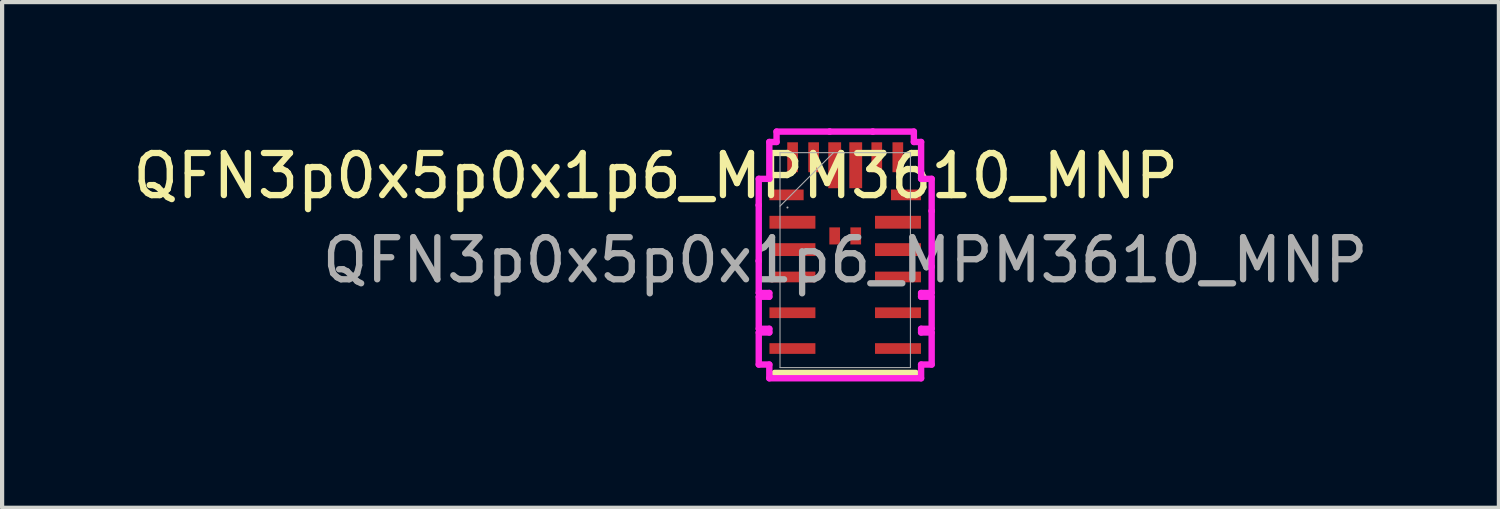
<source format=kicad_pcb>
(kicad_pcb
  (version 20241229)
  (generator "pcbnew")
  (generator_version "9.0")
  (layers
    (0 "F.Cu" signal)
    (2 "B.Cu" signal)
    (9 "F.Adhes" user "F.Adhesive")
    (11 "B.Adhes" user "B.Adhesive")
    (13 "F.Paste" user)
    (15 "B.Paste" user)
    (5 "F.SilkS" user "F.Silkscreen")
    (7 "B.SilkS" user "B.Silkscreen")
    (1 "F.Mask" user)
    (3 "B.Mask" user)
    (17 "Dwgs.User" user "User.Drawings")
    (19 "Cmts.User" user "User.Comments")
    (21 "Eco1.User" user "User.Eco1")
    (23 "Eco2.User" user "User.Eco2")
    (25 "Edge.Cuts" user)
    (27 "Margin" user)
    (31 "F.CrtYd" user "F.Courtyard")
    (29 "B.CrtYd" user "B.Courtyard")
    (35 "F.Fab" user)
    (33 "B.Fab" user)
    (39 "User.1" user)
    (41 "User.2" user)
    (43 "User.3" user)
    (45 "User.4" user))
  (footprint "QFN3p0x5p0x1p6_MPM3610_MNP"
    (layer "F.Cu")
    (at 17.03 3.13)
    (property "Reference" "QFN3p0x5p0x1p6_MPM3610_MNP" (at -4.5 -2 0) (unlocked yes) (layer "F.SilkS") (effects (font (size 1 1) (thickness 0.15))))
    (attr smd)
    (fp_line (start 1.676 2.68) (end -1.676 2.68) (stroke (width 0.152) (type solid)) (layer "F.SilkS"))
    (fp_line (start -2.054 -1.931) (end -2.054 -1.306) (stroke (width 0.152) (type solid)) (layer "F.CrtYd"))
    (fp_line (start -2.054 -1.306) (end -2.054 -1.306) (stroke (width 0.152) (type solid)) (layer "F.CrtYd"))
    (fp_line (start -2.054 -1.306) (end -2.054 0.019) (stroke (width 0.152) (type solid)) (layer "F.CrtYd"))
    (fp_line (start -2.054 0.019) (end -2.054 0.019) (stroke (width 0.152) (type solid)) (layer "F.CrtYd"))
    (fp_line (start -2.054 0.019) (end -2.054 0.781) (stroke (width 0.152) (type solid)) (layer "F.CrtYd"))
    (fp_line (start -2.054 0.781) (end -1.803 0.781) (stroke (width 0.152) (type solid)) (layer "F.CrtYd"))
    (fp_line (start -2.054 0.869) (end -2.054 1.631) (stroke (width 0.152) (type solid)) (layer "F.CrtYd"))
    (fp_line (start -2.054 1.631) (end -1.803 1.631) (stroke (width 0.152) (type solid)) (layer "F.CrtYd"))
    (fp_line (start -2.054 1.719) (end -2.054 2.481) (stroke (width 0.152) (type solid)) (layer "F.CrtYd"))
    (fp_line (start -2.054 2.481) (end -1.803 2.481) (stroke (width 0.152) (type solid)) (layer "F.CrtYd"))
    (fp_line (start -1.803 -2.807) (end -1.803 -1.931) (stroke (width 0.152) (type solid)) (layer "F.CrtYd"))
    (fp_line (start -1.803 -1.931) (end -2.054 -1.931) (stroke (width 0.152) (type solid)) (layer "F.CrtYd"))
    (fp_line (start -1.803 0.781) (end -1.803 0.869) (stroke (width 0.152) (type solid)) (layer "F.CrtYd"))
    (fp_line (start -1.803 0.869) (end -2.054 0.869) (stroke (width 0.152) (type solid)) (layer "F.CrtYd"))
    (fp_line (start -1.803 1.631) (end -1.803 1.719) (stroke (width 0.152) (type solid)) (layer "F.CrtYd"))
    (fp_line (start -1.803 1.719) (end -2.054 1.719) (stroke (width 0.152) (type solid)) (layer "F.CrtYd"))
    (fp_line (start -1.803 2.481) (end -1.803 2.807) (stroke (width 0.152) (type solid)) (layer "F.CrtYd"))
    (fp_line (start -1.803 2.807) (end 1.803 2.807) (stroke (width 0.152) (type solid)) (layer "F.CrtYd"))
    (fp_line (start -1.631 -3.054) (end -1.631 -2.807) (stroke (width 0.152) (type solid)) (layer "F.CrtYd"))
    (fp_line (start -1.631 -2.807) (end -1.803 -2.807) (stroke (width 0.152) (type solid)) (layer "F.CrtYd"))
    (fp_line (start -0.369 -3.054) (end -0.369 -3.054) (stroke (width 0.152) (type solid)) (layer "F.CrtYd"))
    (fp_line (start -0.369 -3.054) (end -1.631 -3.054) (stroke (width 0.152) (type solid)) (layer "F.CrtYd"))
    (fp_line (start 0.656 -3.054) (end -0.369 -3.054) (stroke (width 0.152) (type solid)) (layer "F.CrtYd"))
    (fp_line (start 0.656 -3.054) (end 0.656 -3.054) (stroke (width 0.152) (type solid)) (layer "F.CrtYd"))
    (fp_line (start 1.631 -3.054) (end 0.656 -3.054) (stroke (width 0.152) (type solid)) (layer "F.CrtYd"))
    (fp_line (start 1.631 -2.807) (end 1.631 -3.054) (stroke (width 0.152) (type solid)) (layer "F.CrtYd"))
    (fp_line (start 1.803 -2.807) (end 1.631 -2.807) (stroke (width 0.152) (type solid)) (layer "F.CrtYd"))
    (fp_line (start 1.803 -1.931) (end 1.803 -2.807) (stroke (width 0.152) (type solid)) (layer "F.CrtYd"))
    (fp_line (start 1.803 0.781) (end 2.054 0.781) (stroke (width 0.152) (type solid)) (layer "F.CrtYd"))
    (fp_line (start 1.803 0.869) (end 1.803 0.781) (stroke (width 0.152) (type solid)) (layer "F.CrtYd"))
    (fp_line (start 1.803 1.631) (end 2.054 1.631) (stroke (width 0.152) (type solid)) (layer "F.CrtYd"))
    (fp_line (start 1.803 1.719) (end 1.803 1.631) (stroke (width 0.152) (type solid)) (layer "F.CrtYd"))
    (fp_line (start 1.803 2.481) (end 2.054 2.481) (stroke (width 0.152) (type solid)) (layer "F.CrtYd"))
    (fp_line (start 1.803 2.807) (end 1.803 2.481) (stroke (width 0.152) (type solid)) (layer "F.CrtYd"))
    (fp_line (start 2.054 -1.931) (end 1.803 -1.931) (stroke (width 0.152) (type solid)) (layer "F.CrtYd"))
    (fp_line (start 2.054 -1.169) (end 2.054 -1.931) (stroke (width 0.152) (type solid)) (layer "F.CrtYd"))
    (fp_line (start 2.054 0.156) (end 2.054 0.156) (stroke (width 0.152) (type solid)) (layer "F.CrtYd"))
    (fp_line (start 2.054 0.781) (end 2.054 0.156) (stroke (width 0.152) (type solid)) (layer "F.CrtYd"))
    (fp_line (start 2.054 0.869) (end 1.803 0.869) (stroke (width 0.152) (type solid)) (layer "F.CrtYd"))
    (fp_line (start 2.054 1.631) (end 2.054 0.869) (stroke (width 0.152) (type solid)) (layer "F.CrtYd"))
    (fp_line (start 2.054 1.719) (end 1.803 1.719) (stroke (width 0.152) (type solid)) (layer "F.CrtYd"))
    (fp_line (start 2.054 2.481) (end 2.054 1.719) (stroke (width 0.152) (type solid)) (layer "F.CrtYd"))
    (fp_line (start 2.054 -1.169) (end 2.054 -1.169) (stroke (width 0.152) (type solid)) (layer "F.CrtYd"))
    (fp_line (start 2.054 0.156) (end 2.054 -1.169) (stroke (width 0.152) (type solid)) (layer "F.CrtYd"))
    (fp_line (start -1.549 -2.553) (end -1.549 2.553) (stroke (width 0.025) (type solid)) (layer "F.Fab"))
    (fp_line (start -1.549 -1.283) (end -0.279 -2.553) (stroke (width 0.025) (type solid)) (layer "F.Fab"))
    (fp_line (start -1.549 2.553) (end 1.549 2.553) (stroke (width 0.025) (type solid)) (layer "F.Fab"))
    (fp_line (start 1.549 -2.553) (end -1.549 -2.553) (stroke (width 0.025) (type solid)) (layer "F.Fab"))
    (fp_line (start 1.549 2.553) (end 1.549 -2.553) (stroke (width 0.025) (type solid)) (layer "F.Fab"))
    (fp_circle (center -1.372 -1.25) (end -1.372 -1.25) (stroke (width 0.025) (type solid)) (fill no) (layer "F.Fab"))
    (fp_text user "${REFERENCE}" (at 0 0 0) (unlocked yes) (layer "F.Fab") (effects (font (size 1 1) (thickness 0.15))))
    (pad "1" smd rect (at -1.394 -1.55) (size 0.813 0.254) (layers "F.Cu" "F.Mask" "F.Paste"))
    (pad "2" smd rect (at -1.254 -0.9) (size 1.092 0.305) (layers "F.Cu" "F.Mask" "F.Paste"))
    (pad "3" smd rect (at -1.254 -0.25) (size 1.092 0.305) (layers "F.Cu" "F.Mask" "F.Paste"))
    (pad "4" smd rect (at -1.254 0.4) (size 1.092 0.254) (layers "F.Cu" "F.Mask" "F.Paste"))
    (pad "5" smd rect (at -1.254 1.25) (size 1.092 0.254) (layers "F.Cu" "F.Mask" "F.Paste"))
    (pad "6" smd rect (at -1.254 2.1) (size 1.092 0.254) (layers "F.Cu" "F.Mask" "F.Paste"))
    (pad "7" smd rect (at 1.254 2.1) (size 1.092 0.254) (layers "F.Cu" "F.Mask" "F.Paste"))
    (pad "8" smd rect (at 1.254 1.25) (size 1.092 0.254) (layers "F.Cu" "F.Mask" "F.Paste"))
    (pad "9" smd rect (at 1.254 0.4) (size 1.092 0.254) (layers "F.Cu" "F.Mask" "F.Paste"))
    (pad "10" smd rect (at 1.254 -0.25) (size 1.092 0.305) (layers "F.Cu" "F.Mask" "F.Paste"))
    (pad "11" smd rect (at 1.254 -0.9) (size 1.092 0.305) (layers "F.Cu" "F.Mask" "F.Paste"))
    (pad "12" smd rect (at 1.444 -1.55) (size 0.711 0.254) (layers "F.Cu" "F.Mask" "F.Paste"))
    (pad "13" smd rect (at 1.25 -2.444 90) (size 0.711 0.254) (layers "F.Cu" "F.Mask" "F.Paste"))
    (pad "14" smd rect (at 0.75 -2.444 90) (size 0.711 0.254) (layers "F.Cu" "F.Mask" "F.Paste"))
    (pad "15" smd rect (at 0.25 -2.254 90) (size 1.092 0.305) (layers "F.Cu" "F.Mask" "F.Paste"))
    (pad "16" smd rect (at -0.25 -2.254 90) (size 1.092 0.305) (layers "F.Cu" "F.Mask" "F.Paste"))
    (pad "17" smd rect (at -0.75 -2.444 90) (size 0.711 0.254) (layers "F.Cu" "F.Mask" "F.Paste"))
    (pad "18" smd rect (at -1.25 -2.444 90) (size 0.711 0.254) (layers "F.Cu" "F.Mask" "F.Paste"))
    (pad "19" smd rect (at -0.25 -0.575) (size 0.254 0.406) (layers "F.Cu" "F.Mask" "F.Paste"))
    (pad "20" smd rect (at 0.25 -0.575) (size 0.254 0.406) (layers "F.Cu" "F.Mask" "F.Paste"))
    (zone (net_name "") (layer "F.Cu") (hatch full 0.508) (connect_pads) (min_thickness 0.254) (filled_areas_thickness no) (keepout (tracks not_allowed) (vias not_allowed) (pads allowed) (copperpour not_allowed) (footprints allowed)) (placement (enabled no)) (fill) (polygon (pts (xy 17.605 2.16) (xy 16.455 2.16) (xy 16.455 2.95) (xy 17.605 2.95)))))
  (gr_rect
    (start -3 -3)
    (end 32.56 9.013)
    (stroke (width 0.1) (type default))
    (fill no)
    (layer "Edge.Cuts")))
</source>
